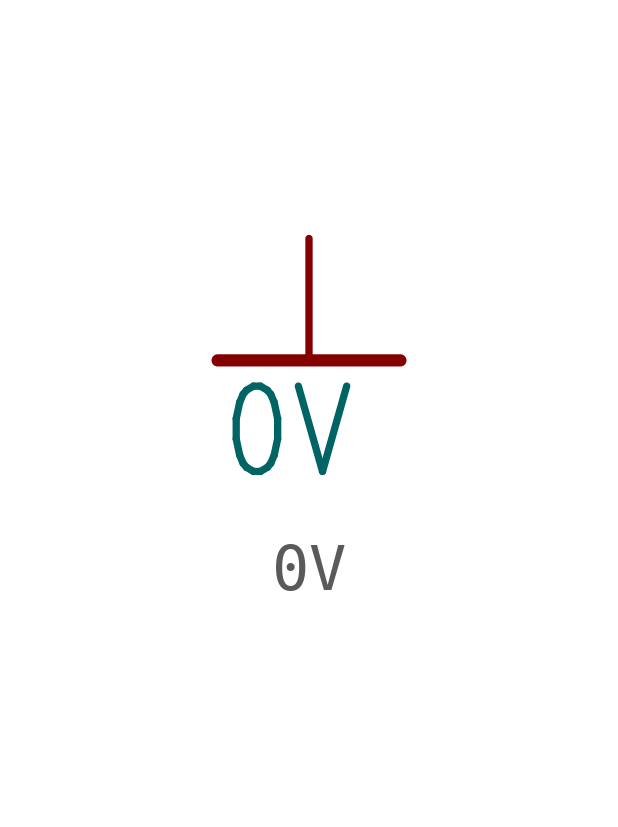
<source format=kicad_sym>
(kicad_symbol_lib
  (version 20211014)
  (generator kicad_symbol_editor)
  (symbol "0V"
    (power)
    (property "Reference" "#GND"
      (at 0 0 0)
      (effects (font (size 1.27 1.27)) hide))
    (property "Value" "0V"
      (at -1.905 -2.54 0)
      (effects (font (size 1.778 1.511)) (justify left bottom)))
    (property "ki_locked" ""
      (at 0 0 0)
      (effects (font (size 1.27 1.27))))
    (symbol "0V_1_0"
      (polyline (pts (xy -1.905 0) (xy 1.905 0)) (stroke (width 0.254) (type default) (color 0 0 0 0)) (fill (type none)))
      (pin power_in line (at 0 2.54 270) (length 2.54) (name "0V" (effects (font (size 0 0)))) (number "1" (effects (font (size 0 0))))))))
</source>
